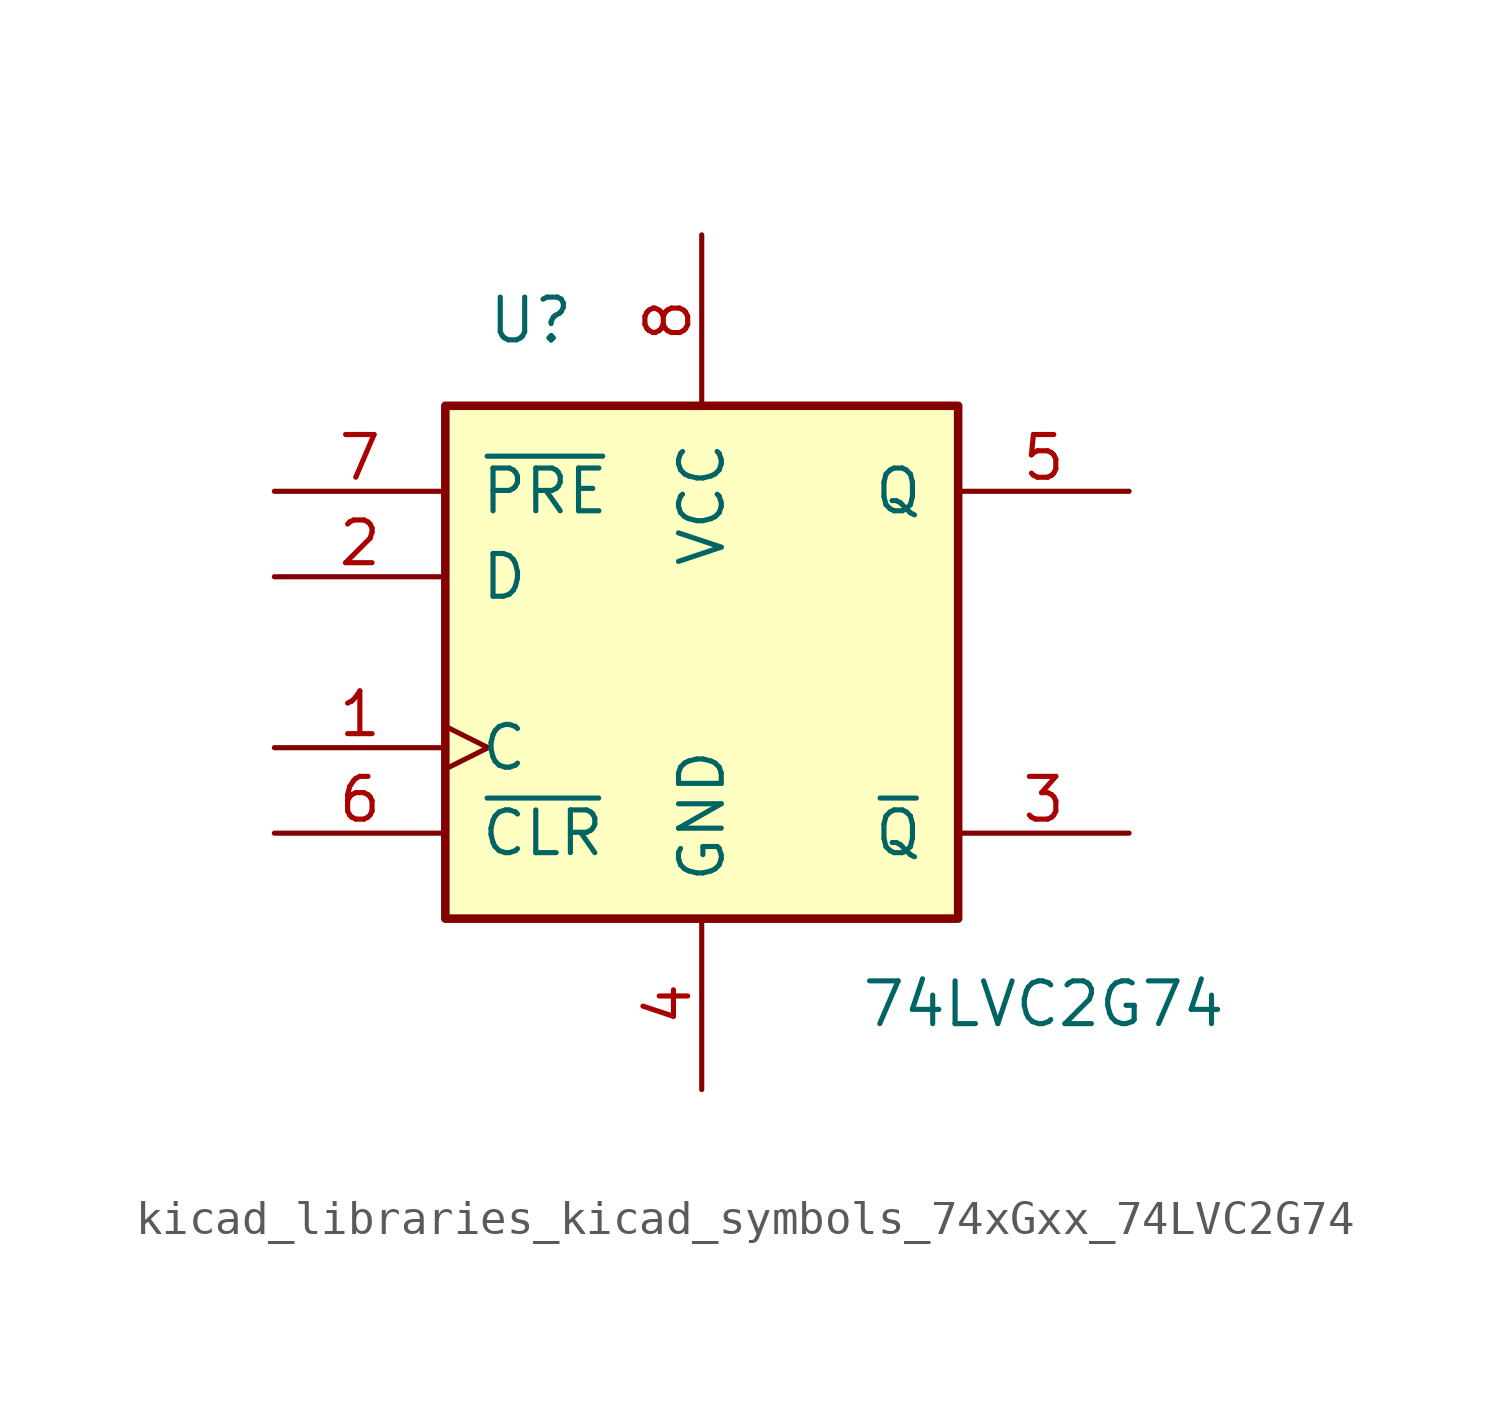
<source format=kicad_sym>
(kicad_symbol_lib
  (version 20220914)
  (generator kicad_symbol_editor)
  (symbol "kicad_libraries_kicad_symbols_74xGxx_74LVC2G74"
    (pin_names
      (offset 1.016))
    (property "Reference" "U"
      (at -5.08 10.16 0)
      (effects (font (size 1.27 1.27))))
    (property "Value" "74LVC2G74"
      (at 10.16 -10.16 0)
      (effects (font (size 1.27 1.27))))
    (symbol "kicad_libraries_kicad_symbols_74xGxx_74LVC2G74_0_1"
      (rectangle (start -7.62 7.62) (end 7.62 -7.62) (stroke (width 0.254) (type default)) (fill (type background))))
    (symbol "kicad_libraries_kicad_symbols_74xGxx_74LVC2G74_1_1"
      (pin input clock (at -12.7 -2.54 0) (length 5.08) (name "C" (effects (font (size 1.27 1.27)))) (number "1" (effects (font (size 1.27 1.27)))))
      (pin input line (at -12.7 2.54 0) (length 5.08) (name "D" (effects (font (size 1.27 1.27)))) (number "2" (effects (font (size 1.27 1.27)))))
      (pin output line (at 12.7 -5.08 180) (length 5.08) (name "~{Q}" (effects (font (size 1.27 1.27)))) (number "3" (effects (font (size 1.27 1.27)))))
      (pin power_in line (at 0 -12.7 90) (length 5.08) (name "GND" (effects (font (size 1.27 1.27)))) (number "4" (effects (font (size 1.27 1.27)))))
      (pin output line (at 12.7 5.08 180) (length 5.08) (name "Q" (effects (font (size 1.27 1.27)))) (number "5" (effects (font (size 1.27 1.27)))))
      (pin input line (at -12.7 -5.08 0) (length 5.08) (name "~{CLR}" (effects (font (size 1.27 1.27)))) (number "6" (effects (font (size 1.27 1.27)))))
      (pin input line (at -12.7 5.08 0) (length 5.08) (name "~{PRE}" (effects (font (size 1.27 1.27)))) (number "7" (effects (font (size 1.27 1.27)))))
      (pin power_in line (at 0 12.7 270) (length 5.08) (name "VCC" (effects (font (size 1.27 1.27)))) (number "8" (effects (font (size 1.27 1.27))))))))
</source>
